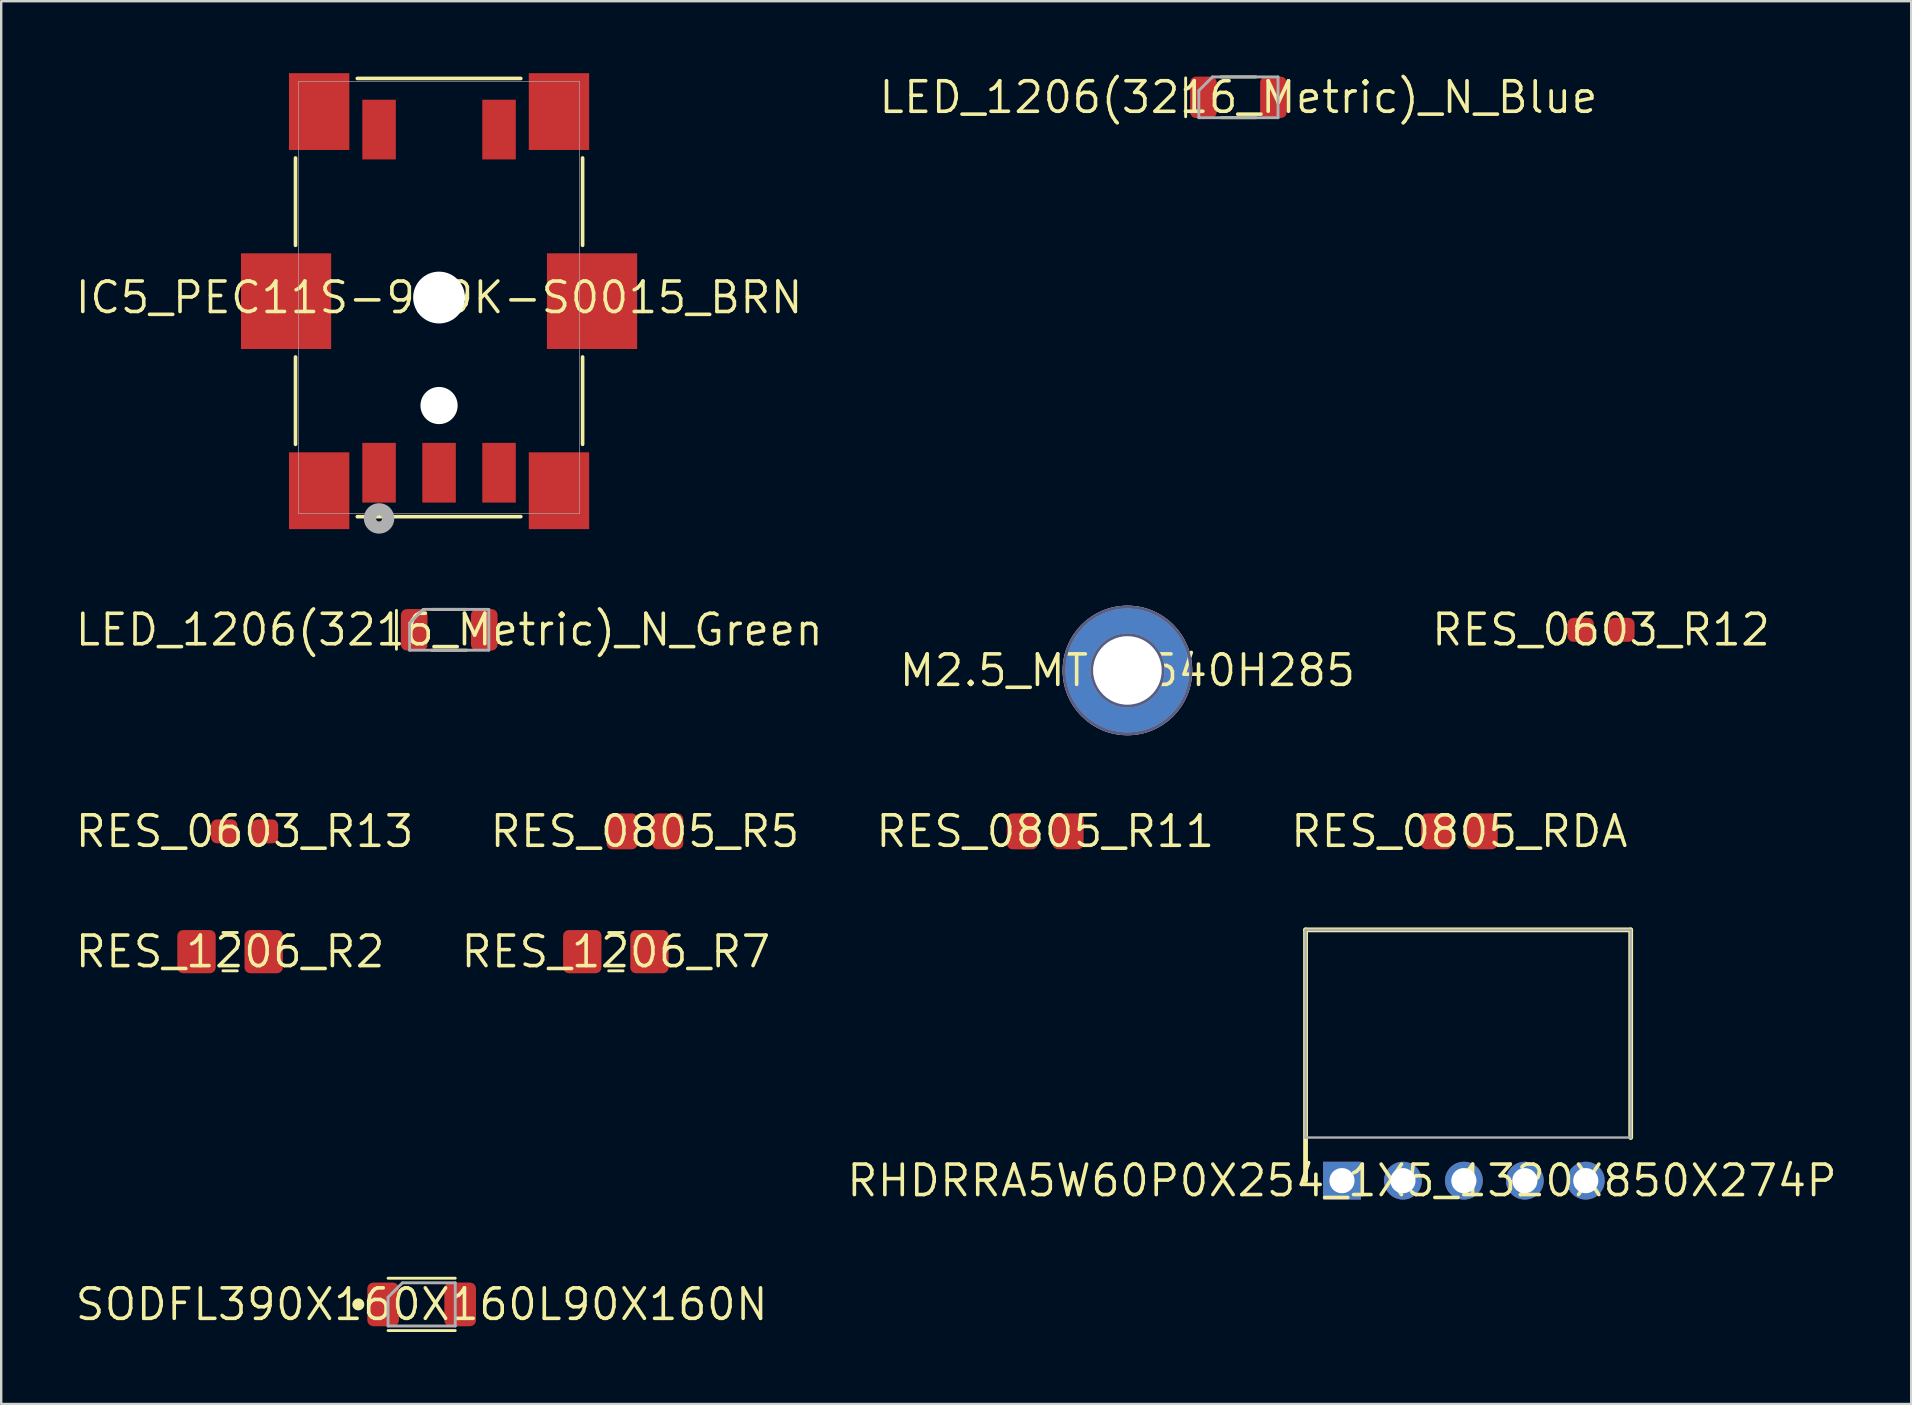
<source format=kicad_pcb>
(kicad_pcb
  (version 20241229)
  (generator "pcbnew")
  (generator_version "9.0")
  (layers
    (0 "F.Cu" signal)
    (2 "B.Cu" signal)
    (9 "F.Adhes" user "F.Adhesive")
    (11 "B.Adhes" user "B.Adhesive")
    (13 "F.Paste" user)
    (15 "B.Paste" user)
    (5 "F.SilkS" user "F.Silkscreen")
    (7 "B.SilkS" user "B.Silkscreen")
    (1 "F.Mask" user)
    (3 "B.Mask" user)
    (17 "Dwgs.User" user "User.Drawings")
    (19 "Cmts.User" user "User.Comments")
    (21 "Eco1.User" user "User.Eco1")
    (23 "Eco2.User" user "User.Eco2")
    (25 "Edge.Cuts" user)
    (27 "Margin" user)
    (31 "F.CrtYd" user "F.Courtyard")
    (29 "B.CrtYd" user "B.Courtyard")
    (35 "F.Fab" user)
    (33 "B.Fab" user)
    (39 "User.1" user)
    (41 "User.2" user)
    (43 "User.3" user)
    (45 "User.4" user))
  (footprint "LED_1206(3216_Metric)_N_Green"
    (layer "F.Cu")
    (at 15.671 23.196)
    (property "Reference" "LED_1206(3216_Metric)_N_Green" (at 0 0 0) (layer "F.SilkS") (effects (font (size 1.27 1.27) (thickness 0.15))))
    (fp_line (start -2.2 -0.81) (end -2.2 0.81) (stroke (width 0.12) (type solid)) (layer "F.SilkS"))
    (fp_line (start -0.73 -0.85) (end 0.73 -0.85) (stroke (width 0.12) (type solid)) (layer "F.SilkS"))
    (fp_line (start -0.73 0.85) (end 0.73 0.85) (stroke (width 0.12) (type solid)) (layer "F.SilkS"))
    (fp_line (start -1.65 -0.283) (end -1.083 -0.85) (stroke (width 0.12) (type solid)) (layer "F.Fab"))
    (fp_line (start -1.65 0.85) (end -1.65 -0.283) (stroke (width 0.12) (type solid)) (layer "F.Fab"))
    (fp_line (start -1.083 -0.85) (end 1.65 -0.85) (stroke (width 0.12) (type solid)) (layer "F.Fab"))
    (fp_line (start 1.65 -0.85) (end 1.65 0.85) (stroke (width 0.12) (type solid)) (layer "F.Fab"))
    (fp_line (start 1.65 0.85) (end -1.65 0.85) (stroke (width 0.12) (type solid)) (layer "F.Fab"))
    (pad "1" smd roundrect (at -1.46 0) (size 1.11 1.73) (layers "F.Cu" "F.Mask" "F.Paste") (roundrect_rratio 0.225))
    (pad "2" smd roundrect (at 1.46 0 180) (size 1.11 1.73) (layers "F.Cu" "F.Mask" "F.Paste") (roundrect_rratio 0.225)))
  (footprint "RES_0805_R5"
    (layer "F.Cu")
    (at 23.826 31.596)
    (property "Reference" "RES_0805_R5" (at 0 0 0) (layer "F.SilkS") (effects (font (size 1.27 1.27) (thickness 0.15))))
    (pad "1" smd roundrect (at -0.95 0 90) (size 1.5 1.3) (layers "F.Cu" "F.Mask" "F.Paste") (roundrect_rratio 0.19))
    (pad "2" smd roundrect (at 0.95 0 90) (size 1.5 1.3) (layers "F.Cu" "F.Mask" "F.Paste") (roundrect_rratio 0.19)))
  (footprint "M2.5_MTGP540H285"
    (layer "F.Cu")
    (at 43.934 24.89)
    (property "Reference" "M2.5_MTGP540H285" (at 0 0 0) (layer "F.SilkS") (effects (font (size 1.27 1.27) (thickness 0.15))))
    (fp_circle (center 0 0) (end 1.485 0) (stroke (width 0.12) (type solid)) (fill no) (layer "B.Fab"))
    (fp_circle (center 0 0) (end 2.64 0) (stroke (width 0.12) (type solid)) (fill no) (layer "B.Fab"))
    (fp_circle (center 0 0) (end 1.485 0) (stroke (width 0.12) (type solid)) (fill no) (layer "F.Fab"))
    (fp_circle (center 0 0) (end 2.64 0) (stroke (width 0.12) (type solid)) (fill no) (layer "F.Fab"))
    (pad "1" thru_hole circle (at 0 0) (size 5.4 5.4) (drill 2.85) (layers "*.Cu" "*.Mask")))
  (footprint "RES_0603_R13"
    (layer "F.Cu")
    (at 7.143 31.596)
    (property "Reference" "RES_0603_R13" (at 0 0 0) (layer "F.SilkS") (effects (font (size 1.27 1.27) (thickness 0.15))))
    (pad "1" smd roundrect (at -0.85 0 90) (size 1 1.1) (layers "F.Cu" "F.Mask" "F.Paste") (roundrect_rratio 0.25))
    (pad "2" smd roundrect (at 0.85 0 90) (size 1 1.1) (layers "F.Cu" "F.Mask" "F.Paste") (roundrect_rratio 0.25)))
  (footprint "RES_0603_R12"
    (layer "F.Cu")
    (at 63.67 23.196)
    (property "Reference" "RES_0603_R12" (at 0 0 0) (layer "F.SilkS") (effects (font (size 1.27 1.27) (thickness 0.15))))
    (pad "1" smd roundrect (at -0.85 0 90) (size 1 1.1) (layers "F.Cu" "F.Mask" "F.Paste") (roundrect_rratio 0.25))
    (pad "2" smd roundrect (at 0.85 0 90) (size 1 1.1) (layers "F.Cu" "F.Mask" "F.Paste") (roundrect_rratio 0.25)))
  (footprint "RES_0805_RDA"
    (layer "F.Cu")
    (at 57.765 31.596)
    (property "Reference" "RES_0805_RDA" (at 0 0 0) (layer "F.SilkS") (effects (font (size 1.27 1.27) (thickness 0.15))))
    (pad "1" smd roundrect (at -0.95 0 90) (size 1.5 1.3) (layers "F.Cu" "F.Mask" "F.Paste") (roundrect_rratio 0.19))
    (pad "2" smd roundrect (at 0.95 0 90) (size 1.5 1.3) (layers "F.Cu" "F.Mask" "F.Paste") (roundrect_rratio 0.19)))
  (footprint "RHDRRA5W60P0X254_1X5_1320X850X274P"
    (layer "F.Cu")
    (at 52.875 46.152)
    (property "Reference" "RHDRRA5W60P0X254_1X5_1320X850X274P" (at 0 0 0) (layer "F.SilkS") (effects (font (size 1.27 1.27) (thickness 0.15))))
    (fp_line (start -1.518 -10.45) (end 12.032 -10.45) (stroke (width 0.2) (type solid)) (layer "F.SilkS"))
    (fp_line (start -1.518 0) (end -1.518 -10.45) (stroke (width 0.2) (type solid)) (layer "F.SilkS"))
    (fp_line (start 12.032 -10.45) (end 12.032 -1.797) (stroke (width 0.2) (type solid)) (layer "F.SilkS"))
    (fp_line (start -1.518 -10.45) (end 12.032 -10.45) (stroke (width 0.1) (type solid)) (layer "F.Fab"))
    (fp_line (start -1.518 -1.797) (end -1.518 -10.45) (stroke (width 0.1) (type solid)) (layer "F.Fab"))
    (fp_line (start 12.032 -10.45) (end 12.032 -1.797) (stroke (width 0.1) (type solid)) (layer "F.Fab"))
    (fp_line (start 12.032 -1.797) (end -1.518 -1.797) (stroke (width 0.1) (type solid)) (layer "F.Fab"))
    (pad "1" thru_hole rect (at 0 0) (size 1.575 1.575) (drill 1.05) (layers "*.Cu" "*.Mask"))
    (pad "2" thru_hole circle (at 2.54 0) (size 1.575 1.575) (drill 1.05) (layers "*.Cu" "*.Mask"))
    (pad "3" thru_hole circle (at 5.08 0) (size 1.575 1.575) (drill 1.05) (layers "*.Cu" "*.Mask"))
    (pad "4" thru_hole circle (at 7.62 0) (size 1.575 1.575) (drill 1.05) (layers "*.Cu" "*.Mask"))
    (pad "5" thru_hole circle (at 10.16 0) (size 1.575 1.575) (drill 1.05) (layers "*.Cu" "*.Mask")))
  (footprint "IC5_PEC11S-929K-S0015_BRN"
    (layer "F.Cu")
    (at 15.247 9.35)
    (property "Reference" "IC5_PEC11S-929K-S0015_BRN" (at 0 0 0) (layer "F.SilkS") (effects (font (size 1.27 1.27) (thickness 0.15))))
    (fp_line (start -5.982 -5.817) (end -5.982 -2.177) (stroke (width 0.152) (type solid)) (layer "F.SilkS"))
    (fp_line (start -5.982 2.477) (end -5.982 6.117) (stroke (width 0.152) (type solid)) (layer "F.SilkS"))
    (fp_line (start -3.407 9.131) (end 3.407 9.131) (stroke (width 0.152) (type solid)) (layer "F.SilkS"))
    (fp_line (start 3.407 -9.131) (end -3.407 -9.131) (stroke (width 0.152) (type solid)) (layer "F.SilkS"))
    (fp_line (start 5.982 -2.177) (end 5.982 -5.817) (stroke (width 0.152) (type solid)) (layer "F.SilkS"))
    (fp_line (start 5.982 6.117) (end 5.982 2.477) (stroke (width 0.152) (type solid)) (layer "F.SilkS"))
    (fp_line (start -5.855 -9.004) (end -5.855 9.004) (stroke (width 0.025) (type solid)) (layer "F.Fab"))
    (fp_line (start -5.855 9.004) (end 5.855 9.004) (stroke (width 0.025) (type solid)) (layer "F.Fab"))
    (fp_line (start 5.855 -9.004) (end -5.855 -9.004) (stroke (width 0.025) (type solid)) (layer "F.Fab"))
    (fp_line (start 5.855 9.004) (end 5.855 -9.004) (stroke (width 0.025) (type solid)) (layer "F.Fab"))
    (fp_circle (center -2.5 9.205) (end -2.119 9.205) (stroke (width 0.508) (type solid)) (fill no) (layer "F.Fab"))
    (pad "" np_thru_hole circle (at 0 0) (size 2.159 2.159) (drill 2.159) (layers "*.Cu" "*.Mask"))
    (pad "" np_thru_hole circle (at 0 4.5) (size 1.549 1.549) (drill 1.549) (layers "*.Cu" "*.Mask"))
    (pad "1" smd rect (at -2.5 7.3) (size 1.397 2.489) (layers "F.Cu"))
    (pad "2" smd rect (at 0 7.3) (size 1.397 2.489) (layers "F.Cu"))
    (pad "3" smd rect (at 2.5 7.3) (size 1.397 2.489) (layers "F.Cu"))
    (pad "4" smd rect (at -2.5 -7) (size 1.397 2.489) (layers "F.Cu"))
    (pad "5" smd rect (at 2.5 -7) (size 1.397 2.489) (layers "F.Cu"))
    (pad "6" smd rect (at -4.997 8.05) (size 2.515 3.2) (layers "F.Cu"))
    (pad "7" smd rect (at 4.997 8.05) (size 2.515 3.2) (layers "F.Cu"))
    (pad "8" smd rect (at -4.997 -7.75) (size 2.515 3.2) (layers "F.Cu"))
    (pad "9" smd rect (at 4.997 -7.75) (size 2.515 3.2) (layers "F.Cu"))
    (pad "10" smd rect (at -6.375 0.15) (size 3.759 3.988) (layers "F.Cu"))
    (pad "11" smd rect (at 6.375 0.15) (size 3.759 3.988) (layers "F.Cu")))
  (footprint "LED_1206(3216_Metric)_N_Blue"
    (layer "F.Cu")
    (at 48.56 1.006)
    (property "Reference" "LED_1206(3216_Metric)_N_Blue" (at 0 0 0) (layer "F.SilkS") (effects (font (size 1.27 1.27) (thickness 0.15))))
    (fp_line (start -2.2 -0.81) (end -2.2 0.81) (stroke (width 0.12) (type solid)) (layer "F.SilkS"))
    (fp_line (start -0.73 -0.85) (end 0.73 -0.85) (stroke (width 0.12) (type solid)) (layer "F.SilkS"))
    (fp_line (start -0.73 0.85) (end 0.73 0.85) (stroke (width 0.12) (type solid)) (layer "F.SilkS"))
    (fp_line (start -1.65 -0.283) (end -1.083 -0.85) (stroke (width 0.12) (type solid)) (layer "F.Fab"))
    (fp_line (start -1.65 0.85) (end -1.65 -0.283) (stroke (width 0.12) (type solid)) (layer "F.Fab"))
    (fp_line (start -1.083 -0.85) (end 1.65 -0.85) (stroke (width 0.12) (type solid)) (layer "F.Fab"))
    (fp_line (start 1.65 -0.85) (end 1.65 0.85) (stroke (width 0.12) (type solid)) (layer "F.Fab"))
    (fp_line (start 1.65 0.85) (end -1.65 0.85) (stroke (width 0.12) (type solid)) (layer "F.Fab"))
    (pad "1" smd roundrect (at -1.46 0) (size 1.11 1.73) (layers "F.Cu" "F.Mask" "F.Paste") (roundrect_rratio 0.225))
    (pad "2" smd roundrect (at 1.46 0 180) (size 1.11 1.73) (layers "F.Cu" "F.Mask" "F.Paste") (roundrect_rratio 0.225)))
  (footprint "RES_1206_R2"
    (layer "F.Cu")
    (at 6.539 36.609)
    (property "Reference" "RES_1206_R2" (at 0 0 0) (layer "F.SilkS") (effects (font (size 1.27 1.27) (thickness 0.15))))
    (fp_line (start -0.299 -0.799) (end 0.299 -0.799) (stroke (width 0.12) (type solid)) (layer "F.SilkS"))
    (fp_line (start -0.299 0.799) (end 0.299 0.799) (stroke (width 0.12) (type solid)) (layer "F.SilkS"))
    (pad "1" smd roundrect (at -1.4 0 90) (size 1.8 1.6) (layers "F.Cu" "F.Mask" "F.Paste") (roundrect_rratio 0.15))
    (pad "2" smd roundrect (at 1.4 0 90) (size 1.8 1.6) (layers "F.Cu" "F.Mask" "F.Paste") (roundrect_rratio 0.15)))
  (footprint "RES_0805_R11"
    (layer "F.Cu")
    (at 40.508 31.596)
    (property "Reference" "RES_0805_R11" (at 0 0 0) (layer "F.SilkS") (effects (font (size 1.27 1.27) (thickness 0.15))))
    (pad "1" smd roundrect (at -0.95 0 90) (size 1.5 1.3) (layers "F.Cu" "F.Mask" "F.Paste") (roundrect_rratio 0.19))
    (pad "2" smd roundrect (at 0.95 0 90) (size 1.5 1.3) (layers "F.Cu" "F.Mask" "F.Paste") (roundrect_rratio 0.19)))
  (footprint "SODFL390X160X160L90X160N"
    (layer "F.Cu")
    (at 14.522 51.309)
    (property "Reference" "SODFL390X160X160L90X160N" (at 0 0 0) (layer "F.SilkS") (effects (font (size 1.27 1.27) (thickness 0.15))))
    (fp_line (start -1.4 -1.09) (end 1.4 -1.09) (stroke (width 0.12) (type solid)) (layer "F.SilkS"))
    (fp_line (start -1.4 1.09) (end 1.4 1.09) (stroke (width 0.12) (type solid)) (layer "F.SilkS"))
    (fp_circle (center -2.64 0) (end -2.515 0) (stroke (width 0.25) (type solid)) (fill yes) (layer "F.SilkS"))
    (fp_line (start -1.4 -0.3) (end -0.8 -0.9) (stroke (width 0.12) (type solid)) (layer "F.Fab"))
    (fp_line (start -1.4 0.9) (end -1.4 -0.3) (stroke (width 0.12) (type solid)) (layer "F.Fab"))
    (fp_line (start -0.8 -0.9) (end 1.4 -0.9) (stroke (width 0.12) (type solid)) (layer "F.Fab"))
    (fp_line (start 1.4 -0.9) (end 1.4 0.9) (stroke (width 0.12) (type solid)) (layer "F.Fab"))
    (fp_line (start 1.4 0.9) (end -1.4 0.9) (stroke (width 0.12) (type solid)) (layer "F.Fab"))
    (pad "1" smd roundrect (at -1.605 0) (size 1.32 1.82) (layers "F.Cu" "F.Mask" "F.Paste") (roundrect_rratio 0.19))
    (pad "2" smd roundrect (at 1.605 0 180) (size 1.32 1.82) (layers "F.Cu" "F.Mask" "F.Paste") (roundrect_rratio 0.19)))
  (footprint "RES_1206_R7"
    (layer "F.Cu")
    (at 22.616 36.609)
    (property "Reference" "RES_1206_R7" (at 0 0 0) (layer "F.SilkS") (effects (font (size 1.27 1.27) (thickness 0.15))))
    (fp_line (start -0.299 -0.799) (end 0.299 -0.799) (stroke (width 0.12) (type solid)) (layer "F.SilkS"))
    (fp_line (start -0.299 0.799) (end 0.299 0.799) (stroke (width 0.12) (type solid)) (layer "F.SilkS"))
    (pad "1" smd roundrect (at -1.4 0 90) (size 1.8 1.6) (layers "F.Cu" "F.Mask" "F.Paste") (roundrect_rratio 0.15))
    (pad "2" smd roundrect (at 1.4 0 90) (size 1.8 1.6) (layers "F.Cu" "F.Mask" "F.Paste") (roundrect_rratio 0.15)))
  (gr_rect
    (start -3 -3)
    (end 76.596 55.459)
    (stroke (width 0.1) (type default))
    (fill no)
    (layer "Edge.Cuts")))
</source>
